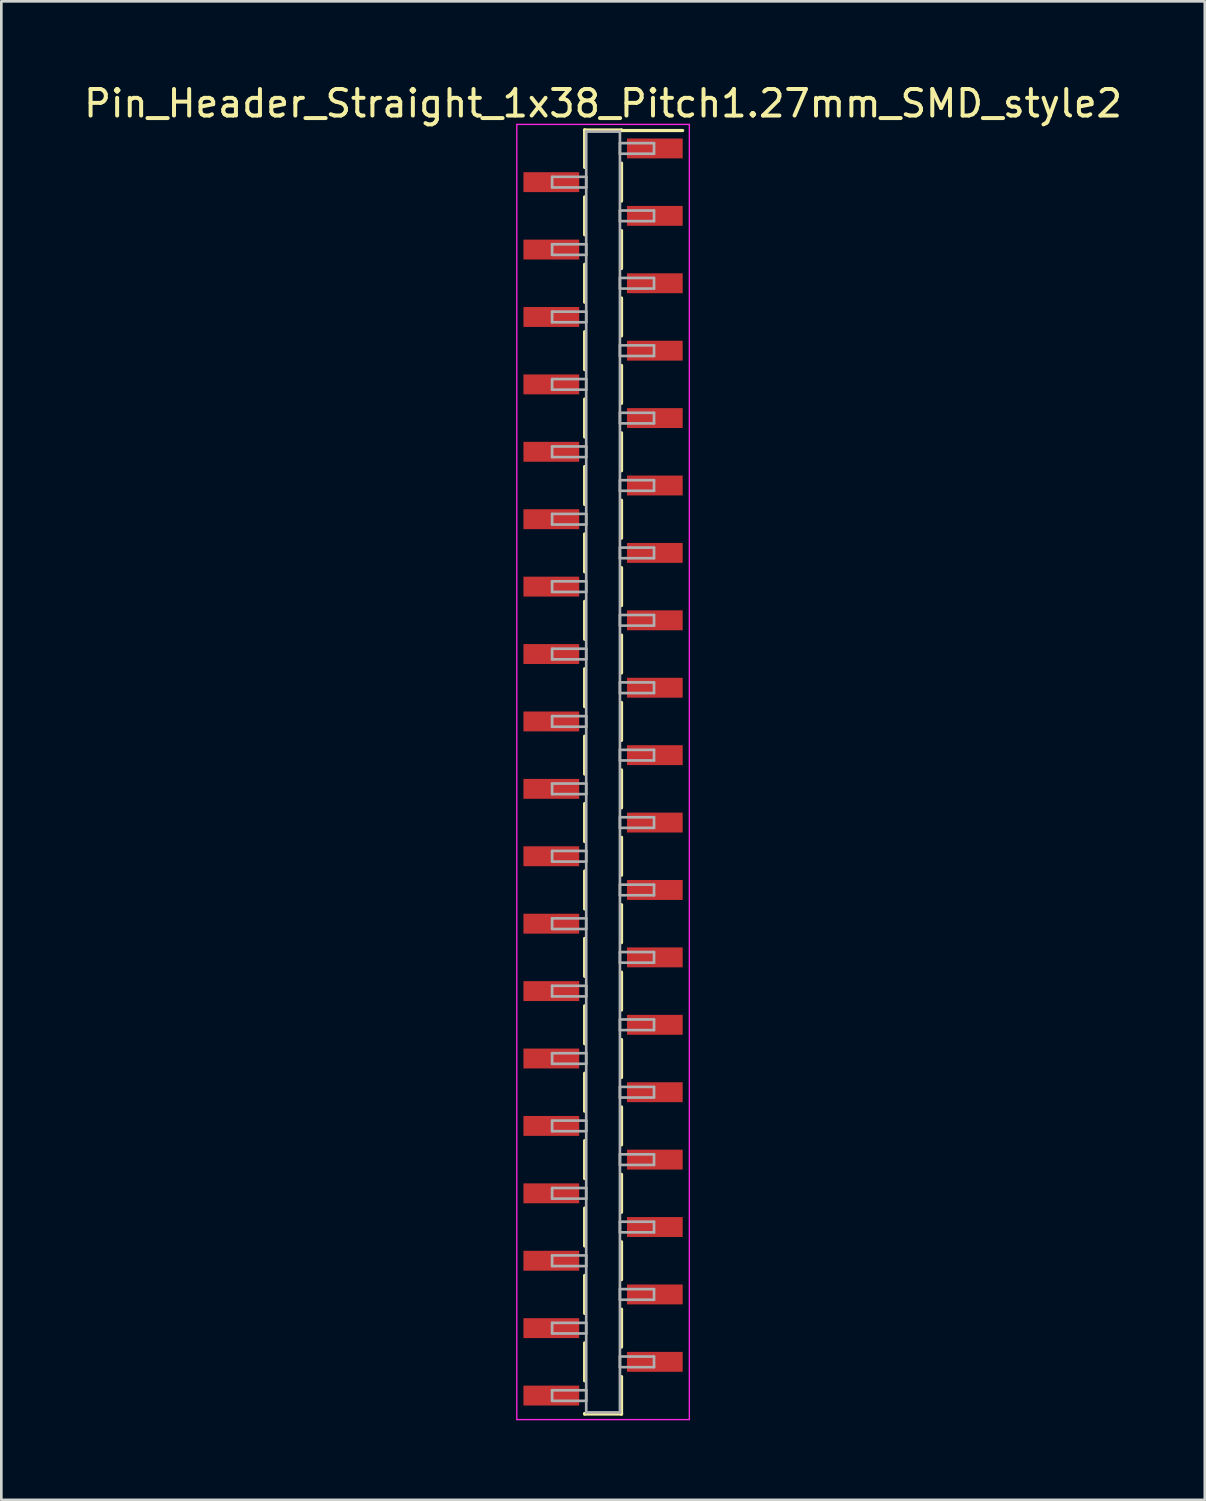
<source format=kicad_pcb>
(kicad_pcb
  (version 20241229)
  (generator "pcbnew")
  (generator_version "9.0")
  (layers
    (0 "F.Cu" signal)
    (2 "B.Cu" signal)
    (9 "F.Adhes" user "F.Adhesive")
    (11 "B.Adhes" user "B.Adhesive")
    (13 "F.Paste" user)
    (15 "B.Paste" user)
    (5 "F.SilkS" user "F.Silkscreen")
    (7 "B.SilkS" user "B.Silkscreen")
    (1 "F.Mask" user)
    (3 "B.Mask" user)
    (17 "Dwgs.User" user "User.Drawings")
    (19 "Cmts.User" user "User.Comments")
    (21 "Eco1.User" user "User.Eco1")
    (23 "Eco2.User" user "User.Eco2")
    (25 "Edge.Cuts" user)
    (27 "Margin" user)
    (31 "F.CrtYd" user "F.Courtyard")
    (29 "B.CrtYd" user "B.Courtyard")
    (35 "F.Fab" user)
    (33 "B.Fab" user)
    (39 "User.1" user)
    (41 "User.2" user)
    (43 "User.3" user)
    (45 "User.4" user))
  (footprint "Pin_Header_Straight_1x38_Pitch1.27mm_SMD_style2"
    (layer "F.Cu")
    (at 19.673 26.038)
    (property "Reference" "Pin_Header_Straight_1x38_Pitch1.27mm_SMD_style2" (at 0 -25.19 0) (layer "F.SilkS") (effects (font (size 1 1) (thickness 0.15))))
    (attr smd)
    (fp_line (start -0.695 -24.19) (end -0.695 -22.78) (stroke (width 0.12) (type solid)) (layer "F.SilkS"))
    (fp_line (start -0.695 -24.19) (end 0.695 -24.19) (stroke (width 0.12) (type solid)) (layer "F.SilkS"))
    (fp_line (start -0.695 -24.17) (end -0.695 -24.19) (stroke (width 0.12) (type solid)) (layer "F.SilkS"))
    (fp_line (start -0.695 -21.67) (end -0.695 -20.24) (stroke (width 0.12) (type solid)) (layer "F.SilkS"))
    (fp_line (start -0.695 -19.13) (end -0.695 -17.7) (stroke (width 0.12) (type solid)) (layer "F.SilkS"))
    (fp_line (start -0.695 -16.59) (end -0.695 -15.16) (stroke (width 0.12) (type solid)) (layer "F.SilkS"))
    (fp_line (start -0.695 -14.05) (end -0.695 -12.62) (stroke (width 0.12) (type solid)) (layer "F.SilkS"))
    (fp_line (start -0.695 -11.51) (end -0.695 -10.08) (stroke (width 0.12) (type solid)) (layer "F.SilkS"))
    (fp_line (start -0.695 -8.97) (end -0.695 -7.54) (stroke (width 0.12) (type solid)) (layer "F.SilkS"))
    (fp_line (start -0.695 -6.43) (end -0.695 -5) (stroke (width 0.12) (type solid)) (layer "F.SilkS"))
    (fp_line (start -0.695 -3.89) (end -0.695 -2.46) (stroke (width 0.12) (type solid)) (layer "F.SilkS"))
    (fp_line (start -0.695 -1.35) (end -0.695 0.08) (stroke (width 0.12) (type solid)) (layer "F.SilkS"))
    (fp_line (start -0.695 1.19) (end -0.695 2.62) (stroke (width 0.12) (type solid)) (layer "F.SilkS"))
    (fp_line (start -0.695 3.73) (end -0.695 5.16) (stroke (width 0.12) (type solid)) (layer "F.SilkS"))
    (fp_line (start -0.695 6.27) (end -0.695 7.7) (stroke (width 0.12) (type solid)) (layer "F.SilkS"))
    (fp_line (start -0.695 8.81) (end -0.695 10.24) (stroke (width 0.12) (type solid)) (layer "F.SilkS"))
    (fp_line (start -0.695 11.35) (end -0.695 12.78) (stroke (width 0.12) (type solid)) (layer "F.SilkS"))
    (fp_line (start -0.695 13.89) (end -0.695 15.32) (stroke (width 0.12) (type solid)) (layer "F.SilkS"))
    (fp_line (start -0.695 16.43) (end -0.695 17.86) (stroke (width 0.12) (type solid)) (layer "F.SilkS"))
    (fp_line (start -0.695 18.97) (end -0.695 20.4) (stroke (width 0.12) (type solid)) (layer "F.SilkS"))
    (fp_line (start -0.695 21.51) (end -0.695 22.94) (stroke (width 0.12) (type solid)) (layer "F.SilkS"))
    (fp_line (start -0.695 24.17) (end -0.695 24.19) (stroke (width 0.12) (type solid)) (layer "F.SilkS"))
    (fp_line (start -0.695 24.19) (end 0.695 24.19) (stroke (width 0.12) (type solid)) (layer "F.SilkS"))
    (fp_line (start 0.695 -24.19) (end 0.695 -24.17) (stroke (width 0.12) (type solid)) (layer "F.SilkS"))
    (fp_line (start 0.695 -24.17) (end 3 -24.17) (stroke (width 0.12) (type solid)) (layer "F.SilkS"))
    (fp_line (start 0.695 -22.94) (end 0.695 -21.51) (stroke (width 0.12) (type solid)) (layer "F.SilkS"))
    (fp_line (start 0.695 -20.4) (end 0.695 -18.97) (stroke (width 0.12) (type solid)) (layer "F.SilkS"))
    (fp_line (start 0.695 -17.86) (end 0.695 -16.43) (stroke (width 0.12) (type solid)) (layer "F.SilkS"))
    (fp_line (start 0.695 -15.32) (end 0.695 -13.89) (stroke (width 0.12) (type solid)) (layer "F.SilkS"))
    (fp_line (start 0.695 -12.78) (end 0.695 -11.35) (stroke (width 0.12) (type solid)) (layer "F.SilkS"))
    (fp_line (start 0.695 -10.24) (end 0.695 -8.81) (stroke (width 0.12) (type solid)) (layer "F.SilkS"))
    (fp_line (start 0.695 -7.7) (end 0.695 -6.27) (stroke (width 0.12) (type solid)) (layer "F.SilkS"))
    (fp_line (start 0.695 -5.16) (end 0.695 -3.73) (stroke (width 0.12) (type solid)) (layer "F.SilkS"))
    (fp_line (start 0.695 -2.62) (end 0.695 -1.19) (stroke (width 0.12) (type solid)) (layer "F.SilkS"))
    (fp_line (start 0.695 -0.08) (end 0.695 1.35) (stroke (width 0.12) (type solid)) (layer "F.SilkS"))
    (fp_line (start 0.695 2.46) (end 0.695 3.89) (stroke (width 0.12) (type solid)) (layer "F.SilkS"))
    (fp_line (start 0.695 5) (end 0.695 6.43) (stroke (width 0.12) (type solid)) (layer "F.SilkS"))
    (fp_line (start 0.695 7.54) (end 0.695 8.97) (stroke (width 0.12) (type solid)) (layer "F.SilkS"))
    (fp_line (start 0.695 10.08) (end 0.695 11.51) (stroke (width 0.12) (type solid)) (layer "F.SilkS"))
    (fp_line (start 0.695 12.62) (end 0.695 14.05) (stroke (width 0.12) (type solid)) (layer "F.SilkS"))
    (fp_line (start 0.695 15.16) (end 0.695 16.59) (stroke (width 0.12) (type solid)) (layer "F.SilkS"))
    (fp_line (start 0.695 17.7) (end 0.695 19.13) (stroke (width 0.12) (type solid)) (layer "F.SilkS"))
    (fp_line (start 0.695 20.24) (end 0.695 21.67) (stroke (width 0.12) (type solid)) (layer "F.SilkS"))
    (fp_line (start 0.695 22.78) (end 0.695 24.19) (stroke (width 0.12) (type solid)) (layer "F.SilkS"))
    (fp_line (start 0.695 24.19) (end 0.695 24.17) (stroke (width 0.12) (type solid)) (layer "F.SilkS"))
    (fp_line (start -3.25 -24.4) (end -3.25 24.4) (stroke (width 0.05) (type solid)) (layer "F.CrtYd"))
    (fp_line (start -3.25 24.4) (end 3.25 24.4) (stroke (width 0.05) (type solid)) (layer "F.CrtYd"))
    (fp_line (start 3.25 -24.4) (end -3.25 -24.4) (stroke (width 0.05) (type solid)) (layer "F.CrtYd"))
    (fp_line (start 3.25 24.4) (end 3.25 -24.4) (stroke (width 0.05) (type solid)) (layer "F.CrtYd"))
    (fp_line (start -1.92 -22.425) (end -0.635 -22.425) (stroke (width 0.1) (type solid)) (layer "F.Fab"))
    (fp_line (start -1.92 -22.025) (end -1.92 -22.425) (stroke (width 0.1) (type solid)) (layer "F.Fab"))
    (fp_line (start -1.92 -19.885) (end -0.635 -19.885) (stroke (width 0.1) (type solid)) (layer "F.Fab"))
    (fp_line (start -1.92 -19.485) (end -1.92 -19.885) (stroke (width 0.1) (type solid)) (layer "F.Fab"))
    (fp_line (start -1.92 -17.345) (end -0.635 -17.345) (stroke (width 0.1) (type solid)) (layer "F.Fab"))
    (fp_line (start -1.92 -16.945) (end -1.92 -17.345) (stroke (width 0.1) (type solid)) (layer "F.Fab"))
    (fp_line (start -1.92 -14.805) (end -0.635 -14.805) (stroke (width 0.1) (type solid)) (layer "F.Fab"))
    (fp_line (start -1.92 -14.405) (end -1.92 -14.805) (stroke (width 0.1) (type solid)) (layer "F.Fab"))
    (fp_line (start -1.92 -12.265) (end -0.635 -12.265) (stroke (width 0.1) (type solid)) (layer "F.Fab"))
    (fp_line (start -1.92 -11.865) (end -1.92 -12.265) (stroke (width 0.1) (type solid)) (layer "F.Fab"))
    (fp_line (start -1.92 -9.725) (end -0.635 -9.725) (stroke (width 0.1) (type solid)) (layer "F.Fab"))
    (fp_line (start -1.92 -9.325) (end -1.92 -9.725) (stroke (width 0.1) (type solid)) (layer "F.Fab"))
    (fp_line (start -1.92 -7.185) (end -0.635 -7.185) (stroke (width 0.1) (type solid)) (layer "F.Fab"))
    (fp_line (start -1.92 -6.785) (end -1.92 -7.185) (stroke (width 0.1) (type solid)) (layer "F.Fab"))
    (fp_line (start -1.92 -4.645) (end -0.635 -4.645) (stroke (width 0.1) (type solid)) (layer "F.Fab"))
    (fp_line (start -1.92 -4.245) (end -1.92 -4.645) (stroke (width 0.1) (type solid)) (layer "F.Fab"))
    (fp_line (start -1.92 -2.105) (end -0.635 -2.105) (stroke (width 0.1) (type solid)) (layer "F.Fab"))
    (fp_line (start -1.92 -1.705) (end -1.92 -2.105) (stroke (width 0.1) (type solid)) (layer "F.Fab"))
    (fp_line (start -1.92 0.435) (end -0.635 0.435) (stroke (width 0.1) (type solid)) (layer "F.Fab"))
    (fp_line (start -1.92 0.835) (end -1.92 0.435) (stroke (width 0.1) (type solid)) (layer "F.Fab"))
    (fp_line (start -1.92 2.975) (end -0.635 2.975) (stroke (width 0.1) (type solid)) (layer "F.Fab"))
    (fp_line (start -1.92 3.375) (end -1.92 2.975) (stroke (width 0.1) (type solid)) (layer "F.Fab"))
    (fp_line (start -1.92 5.515) (end -0.635 5.515) (stroke (width 0.1) (type solid)) (layer "F.Fab"))
    (fp_line (start -1.92 5.915) (end -1.92 5.515) (stroke (width 0.1) (type solid)) (layer "F.Fab"))
    (fp_line (start -1.92 8.055) (end -0.635 8.055) (stroke (width 0.1) (type solid)) (layer "F.Fab"))
    (fp_line (start -1.92 8.455) (end -1.92 8.055) (stroke (width 0.1) (type solid)) (layer "F.Fab"))
    (fp_line (start -1.92 10.595) (end -0.635 10.595) (stroke (width 0.1) (type solid)) (layer "F.Fab"))
    (fp_line (start -1.92 10.995) (end -1.92 10.595) (stroke (width 0.1) (type solid)) (layer "F.Fab"))
    (fp_line (start -1.92 13.135) (end -0.635 13.135) (stroke (width 0.1) (type solid)) (layer "F.Fab"))
    (fp_line (start -1.92 13.535) (end -1.92 13.135) (stroke (width 0.1) (type solid)) (layer "F.Fab"))
    (fp_line (start -1.92 15.675) (end -0.635 15.675) (stroke (width 0.1) (type solid)) (layer "F.Fab"))
    (fp_line (start -1.92 16.075) (end -1.92 15.675) (stroke (width 0.1) (type solid)) (layer "F.Fab"))
    (fp_line (start -1.92 18.215) (end -0.635 18.215) (stroke (width 0.1) (type solid)) (layer "F.Fab"))
    (fp_line (start -1.92 18.615) (end -1.92 18.215) (stroke (width 0.1) (type solid)) (layer "F.Fab"))
    (fp_line (start -1.92 20.755) (end -0.635 20.755) (stroke (width 0.1) (type solid)) (layer "F.Fab"))
    (fp_line (start -1.92 21.155) (end -1.92 20.755) (stroke (width 0.1) (type solid)) (layer "F.Fab"))
    (fp_line (start -1.92 23.295) (end -0.635 23.295) (stroke (width 0.1) (type solid)) (layer "F.Fab"))
    (fp_line (start -1.92 23.695) (end -1.92 23.295) (stroke (width 0.1) (type solid)) (layer "F.Fab"))
    (fp_line (start -0.635 -24.13) (end -0.635 24.13) (stroke (width 0.1) (type solid)) (layer "F.Fab"))
    (fp_line (start -0.635 -22.425) (end -0.635 -22.025) (stroke (width 0.1) (type solid)) (layer "F.Fab"))
    (fp_line (start -0.635 -22.025) (end -1.92 -22.025) (stroke (width 0.1) (type solid)) (layer "F.Fab"))
    (fp_line (start -0.635 -19.885) (end -0.635 -19.485) (stroke (width 0.1) (type solid)) (layer "F.Fab"))
    (fp_line (start -0.635 -19.485) (end -1.92 -19.485) (stroke (width 0.1) (type solid)) (layer "F.Fab"))
    (fp_line (start -0.635 -17.345) (end -0.635 -16.945) (stroke (width 0.1) (type solid)) (layer "F.Fab"))
    (fp_line (start -0.635 -16.945) (end -1.92 -16.945) (stroke (width 0.1) (type solid)) (layer "F.Fab"))
    (fp_line (start -0.635 -14.805) (end -0.635 -14.405) (stroke (width 0.1) (type solid)) (layer "F.Fab"))
    (fp_line (start -0.635 -14.405) (end -1.92 -14.405) (stroke (width 0.1) (type solid)) (layer "F.Fab"))
    (fp_line (start -0.635 -12.265) (end -0.635 -11.865) (stroke (width 0.1) (type solid)) (layer "F.Fab"))
    (fp_line (start -0.635 -11.865) (end -1.92 -11.865) (stroke (width 0.1) (type solid)) (layer "F.Fab"))
    (fp_line (start -0.635 -9.725) (end -0.635 -9.325) (stroke (width 0.1) (type solid)) (layer "F.Fab"))
    (fp_line (start -0.635 -9.325) (end -1.92 -9.325) (stroke (width 0.1) (type solid)) (layer "F.Fab"))
    (fp_line (start -0.635 -7.185) (end -0.635 -6.785) (stroke (width 0.1) (type solid)) (layer "F.Fab"))
    (fp_line (start -0.635 -6.785) (end -1.92 -6.785) (stroke (width 0.1) (type solid)) (layer "F.Fab"))
    (fp_line (start -0.635 -4.645) (end -0.635 -4.245) (stroke (width 0.1) (type solid)) (layer "F.Fab"))
    (fp_line (start -0.635 -4.245) (end -1.92 -4.245) (stroke (width 0.1) (type solid)) (layer "F.Fab"))
    (fp_line (start -0.635 -2.105) (end -0.635 -1.705) (stroke (width 0.1) (type solid)) (layer "F.Fab"))
    (fp_line (start -0.635 -1.705) (end -1.92 -1.705) (stroke (width 0.1) (type solid)) (layer "F.Fab"))
    (fp_line (start -0.635 0.435) (end -0.635 0.835) (stroke (width 0.1) (type solid)) (layer "F.Fab"))
    (fp_line (start -0.635 0.835) (end -1.92 0.835) (stroke (width 0.1) (type solid)) (layer "F.Fab"))
    (fp_line (start -0.635 2.975) (end -0.635 3.375) (stroke (width 0.1) (type solid)) (layer "F.Fab"))
    (fp_line (start -0.635 3.375) (end -1.92 3.375) (stroke (width 0.1) (type solid)) (layer "F.Fab"))
    (fp_line (start -0.635 5.515) (end -0.635 5.915) (stroke (width 0.1) (type solid)) (layer "F.Fab"))
    (fp_line (start -0.635 5.915) (end -1.92 5.915) (stroke (width 0.1) (type solid)) (layer "F.Fab"))
    (fp_line (start -0.635 8.055) (end -0.635 8.455) (stroke (width 0.1) (type solid)) (layer "F.Fab"))
    (fp_line (start -0.635 8.455) (end -1.92 8.455) (stroke (width 0.1) (type solid)) (layer "F.Fab"))
    (fp_line (start -0.635 10.595) (end -0.635 10.995) (stroke (width 0.1) (type solid)) (layer "F.Fab"))
    (fp_line (start -0.635 10.995) (end -1.92 10.995) (stroke (width 0.1) (type solid)) (layer "F.Fab"))
    (fp_line (start -0.635 13.135) (end -0.635 13.535) (stroke (width 0.1) (type solid)) (layer "F.Fab"))
    (fp_line (start -0.635 13.535) (end -1.92 13.535) (stroke (width 0.1) (type solid)) (layer "F.Fab"))
    (fp_line (start -0.635 15.675) (end -0.635 16.075) (stroke (width 0.1) (type solid)) (layer "F.Fab"))
    (fp_line (start -0.635 16.075) (end -1.92 16.075) (stroke (width 0.1) (type solid)) (layer "F.Fab"))
    (fp_line (start -0.635 18.215) (end -0.635 18.615) (stroke (width 0.1) (type solid)) (layer "F.Fab"))
    (fp_line (start -0.635 18.615) (end -1.92 18.615) (stroke (width 0.1) (type solid)) (layer "F.Fab"))
    (fp_line (start -0.635 20.755) (end -0.635 21.155) (stroke (width 0.1) (type solid)) (layer "F.Fab"))
    (fp_line (start -0.635 21.155) (end -1.92 21.155) (stroke (width 0.1) (type solid)) (layer "F.Fab"))
    (fp_line (start -0.635 23.295) (end -0.635 23.695) (stroke (width 0.1) (type solid)) (layer "F.Fab"))
    (fp_line (start -0.635 23.695) (end -1.92 23.695) (stroke (width 0.1) (type solid)) (layer "F.Fab"))
    (fp_line (start -0.635 24.13) (end 0.635 24.13) (stroke (width 0.1) (type solid)) (layer "F.Fab"))
    (fp_line (start 0.635 -24.13) (end -0.635 -24.13) (stroke (width 0.1) (type solid)) (layer "F.Fab"))
    (fp_line (start 0.635 -23.695) (end 0.635 -23.295) (stroke (width 0.1) (type solid)) (layer "F.Fab"))
    (fp_line (start 0.635 -23.295) (end 1.92 -23.295) (stroke (width 0.1) (type solid)) (layer "F.Fab"))
    (fp_line (start 0.635 -21.155) (end 0.635 -20.755) (stroke (width 0.1) (type solid)) (layer "F.Fab"))
    (fp_line (start 0.635 -20.755) (end 1.92 -20.755) (stroke (width 0.1) (type solid)) (layer "F.Fab"))
    (fp_line (start 0.635 -18.615) (end 0.635 -18.215) (stroke (width 0.1) (type solid)) (layer "F.Fab"))
    (fp_line (start 0.635 -18.215) (end 1.92 -18.215) (stroke (width 0.1) (type solid)) (layer "F.Fab"))
    (fp_line (start 0.635 -16.075) (end 0.635 -15.675) (stroke (width 0.1) (type solid)) (layer "F.Fab"))
    (fp_line (start 0.635 -15.675) (end 1.92 -15.675) (stroke (width 0.1) (type solid)) (layer "F.Fab"))
    (fp_line (start 0.635 -13.535) (end 0.635 -13.135) (stroke (width 0.1) (type solid)) (layer "F.Fab"))
    (fp_line (start 0.635 -13.135) (end 1.92 -13.135) (stroke (width 0.1) (type solid)) (layer "F.Fab"))
    (fp_line (start 0.635 -10.995) (end 0.635 -10.595) (stroke (width 0.1) (type solid)) (layer "F.Fab"))
    (fp_line (start 0.635 -10.595) (end 1.92 -10.595) (stroke (width 0.1) (type solid)) (layer "F.Fab"))
    (fp_line (start 0.635 -8.455) (end 0.635 -8.055) (stroke (width 0.1) (type solid)) (layer "F.Fab"))
    (fp_line (start 0.635 -8.055) (end 1.92 -8.055) (stroke (width 0.1) (type solid)) (layer "F.Fab"))
    (fp_line (start 0.635 -5.915) (end 0.635 -5.515) (stroke (width 0.1) (type solid)) (layer "F.Fab"))
    (fp_line (start 0.635 -5.515) (end 1.92 -5.515) (stroke (width 0.1) (type solid)) (layer "F.Fab"))
    (fp_line (start 0.635 -3.375) (end 0.635 -2.975) (stroke (width 0.1) (type solid)) (layer "F.Fab"))
    (fp_line (start 0.635 -2.975) (end 1.92 -2.975) (stroke (width 0.1) (type solid)) (layer "F.Fab"))
    (fp_line (start 0.635 -0.835) (end 0.635 -0.435) (stroke (width 0.1) (type solid)) (layer "F.Fab"))
    (fp_line (start 0.635 -0.435) (end 1.92 -0.435) (stroke (width 0.1) (type solid)) (layer "F.Fab"))
    (fp_line (start 0.635 1.705) (end 0.635 2.105) (stroke (width 0.1) (type solid)) (layer "F.Fab"))
    (fp_line (start 0.635 2.105) (end 1.92 2.105) (stroke (width 0.1) (type solid)) (layer "F.Fab"))
    (fp_line (start 0.635 4.245) (end 0.635 4.645) (stroke (width 0.1) (type solid)) (layer "F.Fab"))
    (fp_line (start 0.635 4.645) (end 1.92 4.645) (stroke (width 0.1) (type solid)) (layer "F.Fab"))
    (fp_line (start 0.635 6.785) (end 0.635 7.185) (stroke (width 0.1) (type solid)) (layer "F.Fab"))
    (fp_line (start 0.635 7.185) (end 1.92 7.185) (stroke (width 0.1) (type solid)) (layer "F.Fab"))
    (fp_line (start 0.635 9.325) (end 0.635 9.725) (stroke (width 0.1) (type solid)) (layer "F.Fab"))
    (fp_line (start 0.635 9.725) (end 1.92 9.725) (stroke (width 0.1) (type solid)) (layer "F.Fab"))
    (fp_line (start 0.635 11.865) (end 0.635 12.265) (stroke (width 0.1) (type solid)) (layer "F.Fab"))
    (fp_line (start 0.635 12.265) (end 1.92 12.265) (stroke (width 0.1) (type solid)) (layer "F.Fab"))
    (fp_line (start 0.635 14.405) (end 0.635 14.805) (stroke (width 0.1) (type solid)) (layer "F.Fab"))
    (fp_line (start 0.635 14.805) (end 1.92 14.805) (stroke (width 0.1) (type solid)) (layer "F.Fab"))
    (fp_line (start 0.635 16.945) (end 0.635 17.345) (stroke (width 0.1) (type solid)) (layer "F.Fab"))
    (fp_line (start 0.635 17.345) (end 1.92 17.345) (stroke (width 0.1) (type solid)) (layer "F.Fab"))
    (fp_line (start 0.635 19.485) (end 0.635 19.885) (stroke (width 0.1) (type solid)) (layer "F.Fab"))
    (fp_line (start 0.635 19.885) (end 1.92 19.885) (stroke (width 0.1) (type solid)) (layer "F.Fab"))
    (fp_line (start 0.635 22.025) (end 0.635 22.425) (stroke (width 0.1) (type solid)) (layer "F.Fab"))
    (fp_line (start 0.635 22.425) (end 1.92 22.425) (stroke (width 0.1) (type solid)) (layer "F.Fab"))
    (fp_line (start 0.635 24.13) (end 0.635 -24.13) (stroke (width 0.1) (type solid)) (layer "F.Fab"))
    (fp_line (start 1.92 -23.695) (end 0.635 -23.695) (stroke (width 0.1) (type solid)) (layer "F.Fab"))
    (fp_line (start 1.92 -23.295) (end 1.92 -23.695) (stroke (width 0.1) (type solid)) (layer "F.Fab"))
    (fp_line (start 1.92 -21.155) (end 0.635 -21.155) (stroke (width 0.1) (type solid)) (layer "F.Fab"))
    (fp_line (start 1.92 -20.755) (end 1.92 -21.155) (stroke (width 0.1) (type solid)) (layer "F.Fab"))
    (fp_line (start 1.92 -18.615) (end 0.635 -18.615) (stroke (width 0.1) (type solid)) (layer "F.Fab"))
    (fp_line (start 1.92 -18.215) (end 1.92 -18.615) (stroke (width 0.1) (type solid)) (layer "F.Fab"))
    (fp_line (start 1.92 -16.075) (end 0.635 -16.075) (stroke (width 0.1) (type solid)) (layer "F.Fab"))
    (fp_line (start 1.92 -15.675) (end 1.92 -16.075) (stroke (width 0.1) (type solid)) (layer "F.Fab"))
    (fp_line (start 1.92 -13.535) (end 0.635 -13.535) (stroke (width 0.1) (type solid)) (layer "F.Fab"))
    (fp_line (start 1.92 -13.135) (end 1.92 -13.535) (stroke (width 0.1) (type solid)) (layer "F.Fab"))
    (fp_line (start 1.92 -10.995) (end 0.635 -10.995) (stroke (width 0.1) (type solid)) (layer "F.Fab"))
    (fp_line (start 1.92 -10.595) (end 1.92 -10.995) (stroke (width 0.1) (type solid)) (layer "F.Fab"))
    (fp_line (start 1.92 -8.455) (end 0.635 -8.455) (stroke (width 0.1) (type solid)) (layer "F.Fab"))
    (fp_line (start 1.92 -8.055) (end 1.92 -8.455) (stroke (width 0.1) (type solid)) (layer "F.Fab"))
    (fp_line (start 1.92 -5.915) (end 0.635 -5.915) (stroke (width 0.1) (type solid)) (layer "F.Fab"))
    (fp_line (start 1.92 -5.515) (end 1.92 -5.915) (stroke (width 0.1) (type solid)) (layer "F.Fab"))
    (fp_line (start 1.92 -3.375) (end 0.635 -3.375) (stroke (width 0.1) (type solid)) (layer "F.Fab"))
    (fp_line (start 1.92 -2.975) (end 1.92 -3.375) (stroke (width 0.1) (type solid)) (layer "F.Fab"))
    (fp_line (start 1.92 -0.835) (end 0.635 -0.835) (stroke (width 0.1) (type solid)) (layer "F.Fab"))
    (fp_line (start 1.92 -0.435) (end 1.92 -0.835) (stroke (width 0.1) (type solid)) (layer "F.Fab"))
    (fp_line (start 1.92 1.705) (end 0.635 1.705) (stroke (width 0.1) (type solid)) (layer "F.Fab"))
    (fp_line (start 1.92 2.105) (end 1.92 1.705) (stroke (width 0.1) (type solid)) (layer "F.Fab"))
    (fp_line (start 1.92 4.245) (end 0.635 4.245) (stroke (width 0.1) (type solid)) (layer "F.Fab"))
    (fp_line (start 1.92 4.645) (end 1.92 4.245) (stroke (width 0.1) (type solid)) (layer "F.Fab"))
    (fp_line (start 1.92 6.785) (end 0.635 6.785) (stroke (width 0.1) (type solid)) (layer "F.Fab"))
    (fp_line (start 1.92 7.185) (end 1.92 6.785) (stroke (width 0.1) (type solid)) (layer "F.Fab"))
    (fp_line (start 1.92 9.325) (end 0.635 9.325) (stroke (width 0.1) (type solid)) (layer "F.Fab"))
    (fp_line (start 1.92 9.725) (end 1.92 9.325) (stroke (width 0.1) (type solid)) (layer "F.Fab"))
    (fp_line (start 1.92 11.865) (end 0.635 11.865) (stroke (width 0.1) (type solid)) (layer "F.Fab"))
    (fp_line (start 1.92 12.265) (end 1.92 11.865) (stroke (width 0.1) (type solid)) (layer "F.Fab"))
    (fp_line (start 1.92 14.405) (end 0.635 14.405) (stroke (width 0.1) (type solid)) (layer "F.Fab"))
    (fp_line (start 1.92 14.805) (end 1.92 14.405) (stroke (width 0.1) (type solid)) (layer "F.Fab"))
    (fp_line (start 1.92 16.945) (end 0.635 16.945) (stroke (width 0.1) (type solid)) (layer "F.Fab"))
    (fp_line (start 1.92 17.345) (end 1.92 16.945) (stroke (width 0.1) (type solid)) (layer "F.Fab"))
    (fp_line (start 1.92 19.485) (end 0.635 19.485) (stroke (width 0.1) (type solid)) (layer "F.Fab"))
    (fp_line (start 1.92 19.885) (end 1.92 19.485) (stroke (width 0.1) (type solid)) (layer "F.Fab"))
    (fp_line (start 1.92 22.025) (end 0.635 22.025) (stroke (width 0.1) (type solid)) (layer "F.Fab"))
    (fp_line (start 1.92 22.425) (end 1.92 22.025) (stroke (width 0.1) (type solid)) (layer "F.Fab"))
    (pad "1" smd rect (at 1.95 -23.495) (size 2.1 0.75) (layers "F.Cu" "F.Mask"))
    (pad "2" smd rect (at -1.95 -22.225) (size 2.1 0.75) (layers "F.Cu" "F.Mask"))
    (pad "3" smd rect (at 1.95 -20.955) (size 2.1 0.75) (layers "F.Cu" "F.Mask"))
    (pad "4" smd rect (at -1.95 -19.685) (size 2.1 0.75) (layers "F.Cu" "F.Mask"))
    (pad "5" smd rect (at 1.95 -18.415) (size 2.1 0.75) (layers "F.Cu" "F.Mask"))
    (pad "6" smd rect (at -1.95 -17.145) (size 2.1 0.75) (layers "F.Cu" "F.Mask"))
    (pad "7" smd rect (at 1.95 -15.875) (size 2.1 0.75) (layers "F.Cu" "F.Mask"))
    (pad "8" smd rect (at -1.95 -14.605) (size 2.1 0.75) (layers "F.Cu" "F.Mask"))
    (pad "9" smd rect (at 1.95 -13.335) (size 2.1 0.75) (layers "F.Cu" "F.Mask"))
    (pad "10" smd rect (at -1.95 -12.065) (size 2.1 0.75) (layers "F.Cu" "F.Mask"))
    (pad "11" smd rect (at 1.95 -10.795) (size 2.1 0.75) (layers "F.Cu" "F.Mask"))
    (pad "12" smd rect (at -1.95 -9.525) (size 2.1 0.75) (layers "F.Cu" "F.Mask"))
    (pad "13" smd rect (at 1.95 -8.255) (size 2.1 0.75) (layers "F.Cu" "F.Mask"))
    (pad "14" smd rect (at -1.95 -6.985) (size 2.1 0.75) (layers "F.Cu" "F.Mask"))
    (pad "15" smd rect (at 1.95 -5.715) (size 2.1 0.75) (layers "F.Cu" "F.Mask"))
    (pad "16" smd rect (at -1.95 -4.445) (size 2.1 0.75) (layers "F.Cu" "F.Mask"))
    (pad "17" smd rect (at 1.95 -3.175) (size 2.1 0.75) (layers "F.Cu" "F.Mask"))
    (pad "18" smd rect (at -1.95 -1.905) (size 2.1 0.75) (layers "F.Cu" "F.Mask"))
    (pad "19" smd rect (at 1.95 -0.635) (size 2.1 0.75) (layers "F.Cu" "F.Mask"))
    (pad "20" smd rect (at -1.95 0.635) (size 2.1 0.75) (layers "F.Cu" "F.Mask"))
    (pad "21" smd rect (at 1.95 1.905) (size 2.1 0.75) (layers "F.Cu" "F.Mask"))
    (pad "22" smd rect (at -1.95 3.175) (size 2.1 0.75) (layers "F.Cu" "F.Mask"))
    (pad "23" smd rect (at 1.95 4.445) (size 2.1 0.75) (layers "F.Cu" "F.Mask"))
    (pad "24" smd rect (at -1.95 5.715) (size 2.1 0.75) (layers "F.Cu" "F.Mask"))
    (pad "25" smd rect (at 1.95 6.985) (size 2.1 0.75) (layers "F.Cu" "F.Mask"))
    (pad "26" smd rect (at -1.95 8.255) (size 2.1 0.75) (layers "F.Cu" "F.Mask"))
    (pad "27" smd rect (at 1.95 9.525) (size 2.1 0.75) (layers "F.Cu" "F.Mask"))
    (pad "28" smd rect (at -1.95 10.795) (size 2.1 0.75) (layers "F.Cu" "F.Mask"))
    (pad "29" smd rect (at 1.95 12.065) (size 2.1 0.75) (layers "F.Cu" "F.Mask"))
    (pad "30" smd rect (at -1.95 13.335) (size 2.1 0.75) (layers "F.Cu" "F.Mask"))
    (pad "31" smd rect (at 1.95 14.605) (size 2.1 0.75) (layers "F.Cu" "F.Mask"))
    (pad "32" smd rect (at -1.95 15.875) (size 2.1 0.75) (layers "F.Cu" "F.Mask"))
    (pad "33" smd rect (at 1.95 17.145) (size 2.1 0.75) (layers "F.Cu" "F.Mask"))
    (pad "34" smd rect (at -1.95 18.415) (size 2.1 0.75) (layers "F.Cu" "F.Mask"))
    (pad "35" smd rect (at 1.95 19.685) (size 2.1 0.75) (layers "F.Cu" "F.Mask"))
    (pad "36" smd rect (at -1.95 20.955) (size 2.1 0.75) (layers "F.Cu" "F.Mask"))
    (pad "37" smd rect (at 1.95 22.225) (size 2.1 0.75) (layers "F.Cu" "F.Mask"))
    (pad "38" smd rect (at -1.95 23.495) (size 2.1 0.75) (layers "F.Cu" "F.Mask")))
  (gr_rect
    (start -3 -3)
    (end 42.345 53.463)
    (stroke (width 0.1) (type default))
    (fill no)
    (layer "Edge.Cuts")))
</source>
